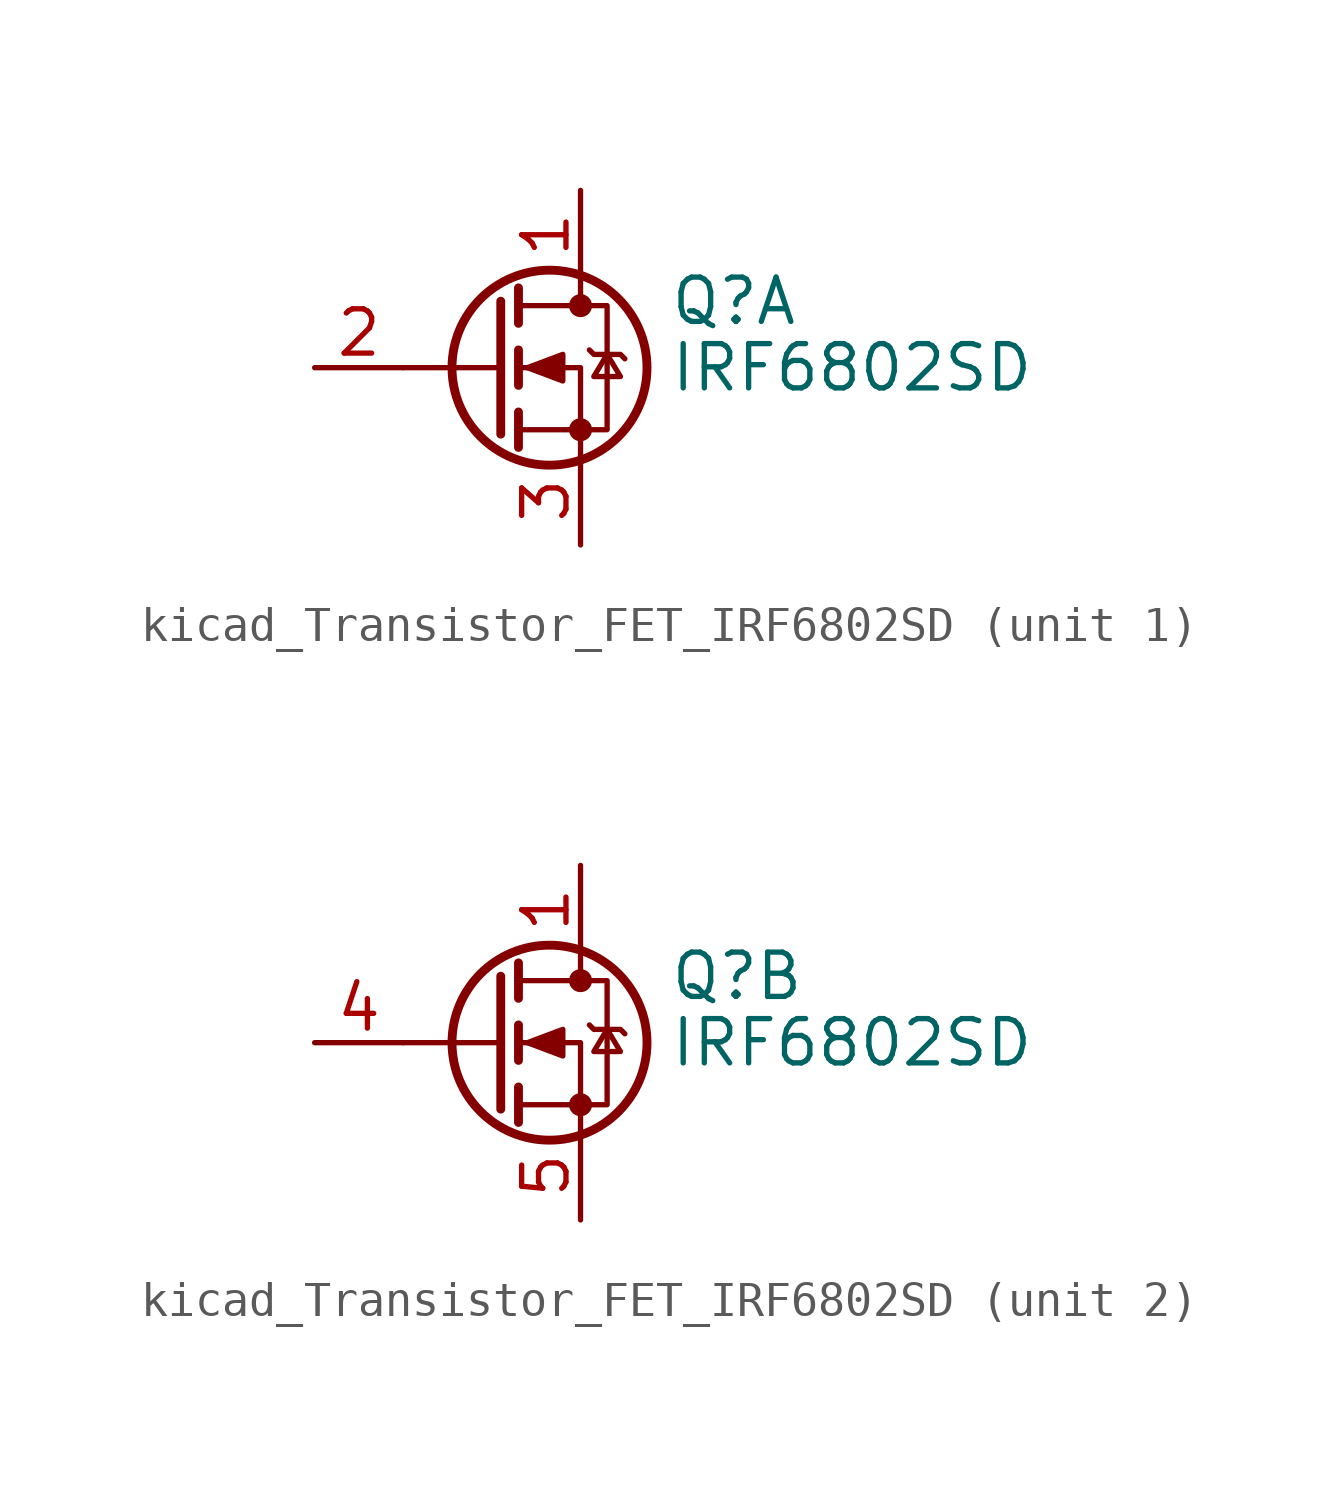
<source format=kicad_sym>
(kicad_symbol_lib
  (version 20220914)
  (generator kicad_symbol_editor)
  (symbol "kicad_Transistor_FET_IRF6802SD"
    (pin_names hide)
    (property "Reference" "Q"
      (at 5.08 1.905 0)
      (effects (font (size 1.27 1.27)) (justify left)))
    (property "Value" "IRF6802SD"
      (at 5.08 0 0)
      (effects (font (size 1.27 1.27)) (justify left)))
    (symbol "kicad_Transistor_FET_IRF6802SD_0_1"
      (polyline (pts (xy 0.254 0) (xy -2.54 0)) (stroke (width 0) (type default)) (fill (type none)))
      (polyline (pts (xy 0.254 1.905) (xy 0.254 -1.905)) (stroke (width 0.254) (type default)) (fill (type none)))
      (polyline (pts (xy 0.762 -1.27) (xy 0.762 -2.286)) (stroke (width 0.254) (type default)) (fill (type none)))
      (polyline (pts (xy 0.762 0.508) (xy 0.762 -0.508)) (stroke (width 0.254) (type default)) (fill (type none)))
      (polyline (pts (xy 0.762 2.286) (xy 0.762 1.27)) (stroke (width 0.254) (type default)) (fill (type none)))
      (polyline (pts (xy 2.54 2.54) (xy 2.54 1.778)) (stroke (width 0) (type default)) (fill (type none)))
      (polyline (pts (xy 2.54 -2.54) (xy 2.54 0) (xy 0.762 0)) (stroke (width 0) (type default)) (fill (type none)))
      (polyline (pts (xy 0.762 -1.778) (xy 3.302 -1.778) (xy 3.302 1.778) (xy 0.762 1.778)) (stroke (width 0) (type default)) (fill (type none)))
      (polyline (pts (xy 1.016 0) (xy 2.032 0.381) (xy 2.032 -0.381) (xy 1.016 0)) (stroke (width 0) (type default)) (fill (type outline)))
      (polyline (pts (xy 2.794 0.508) (xy 2.921 0.381) (xy 3.683 0.381) (xy 3.81 0.254)) (stroke (width 0) (type default)) (fill (type none)))
      (polyline (pts (xy 3.302 0.381) (xy 2.921 -0.254) (xy 3.683 -0.254) (xy 3.302 0.381)) (stroke (width 0) (type default)) (fill (type none)))
      (circle (center 1.651 0) (radius 2.794) (stroke (width 0.254) (type default)) (fill (type none)))
      (circle (center 2.54 -1.778) (radius 0.254) (stroke (width 0) (type default)) (fill (type outline)))
      (circle (center 2.54 1.778) (radius 0.254) (stroke (width 0) (type default)) (fill (type outline))))
    (symbol "kicad_Transistor_FET_IRF6802SD_1_1"
      (pin passive line (at 2.54 5.08 270) (length 2.54) (name "D" (effects (font (size 1.27 1.27)))) (number "1" (effects (font (size 1.27 1.27)))))
      (pin input line (at -5.08 0 0) (length 2.54) (name "G1" (effects (font (size 1.27 1.27)))) (number "2" (effects (font (size 1.27 1.27)))))
      (pin passive line (at 2.54 -5.08 90) (length 2.54) (name "S1" (effects (font (size 1.27 1.27)))) (number "3" (effects (font (size 1.27 1.27))))))
    (symbol "kicad_Transistor_FET_IRF6802SD_2_1"
      (pin passive line (at 2.54 5.08 270) (length 2.54) (name "D" (effects (font (size 1.27 1.27)))) (number "1" (effects (font (size 1.27 1.27)))))
      (pin input line (at -5.08 0 0) (length 2.54) (name "G2" (effects (font (size 1.27 1.27)))) (number "4" (effects (font (size 1.27 1.27)))))
      (pin passive line (at 2.54 -5.08 90) (length 2.54) (name "S2" (effects (font (size 1.27 1.27)))) (number "5" (effects (font (size 1.27 1.27))))))))
</source>
